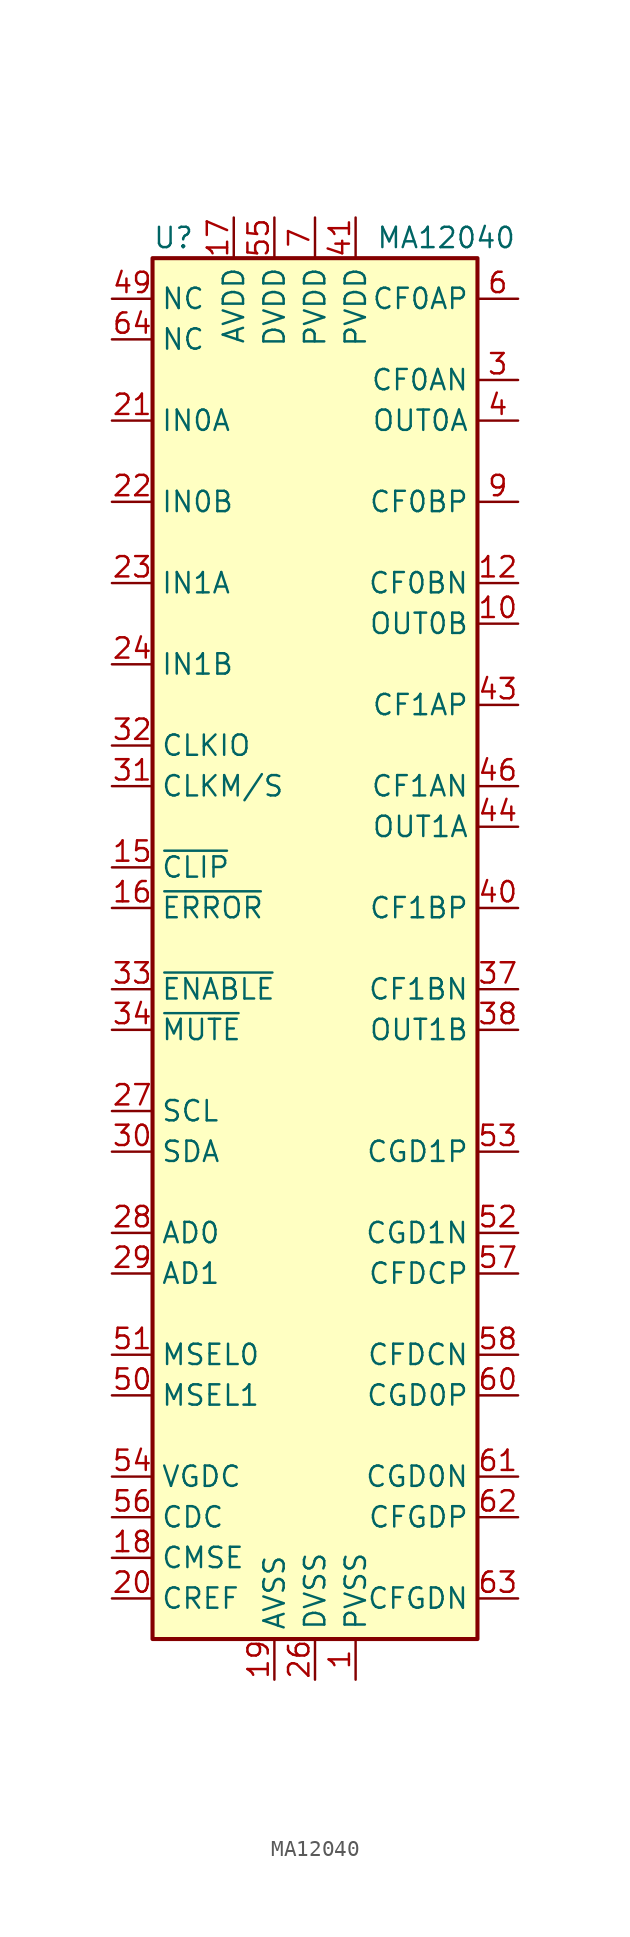
<source format=kicad_sym>
(kicad_symbol_lib
  (version 20220914)
  (generator kicad_symbol_editor)
  (symbol "MA12040"
    (property "Reference" "U"
      (at -10.16 44.45 0)
      (effects (font (size 1.27 1.27)) (justify left)))
    (property "Value" "MA12040"
      (at 3.81 44.45 0)
      (effects (font (size 1.27 1.27)) (justify left)))
    (symbol "MA12040_0_1"
      (rectangle (start -10.16 -43.18) (end 10.16 43.18) (stroke (width 0.254) (type default)) (fill (type background))))
    (symbol "MA12040_1_1"
      (pin power_in line (at 2.54 -45.72 90) (length 2.54) (name "PVSS" (effects (font (size 1.27 1.27)))) (number "1" (effects (font (size 1.27 1.27)))))
      (pin output line (at 12.7 20.32 180) (length 2.54) (name "OUT0B" (effects (font (size 1.27 1.27)))) (number "10" (effects (font (size 1.27 1.27)))))
      (pin passive line (at 12.7 20.32 180) (length 2.54) hide (name "OUT0B" (effects (font (size 1.27 1.27)))) (number "11" (effects (font (size 1.27 1.27)))))
      (pin passive line (at 12.7 22.86 180) (length 2.54) (name "CF0BN" (effects (font (size 1.27 1.27)))) (number "12" (effects (font (size 1.27 1.27)))))
      (pin passive line (at 2.54 -45.72 90) (length 2.54) hide (name "PVSS" (effects (font (size 1.27 1.27)))) (number "13" (effects (font (size 1.27 1.27)))))
      (pin passive line (at 2.54 -45.72 90) (length 2.54) hide (name "PVSS" (effects (font (size 1.27 1.27)))) (number "14" (effects (font (size 1.27 1.27)))))
      (pin output line (at -12.7 5.08 0) (length 2.54) (name "~{CLIP}" (effects (font (size 1.27 1.27)))) (number "15" (effects (font (size 1.27 1.27)))))
      (pin output line (at -12.7 2.54 0) (length 2.54) (name "~{ERROR}" (effects (font (size 1.27 1.27)))) (number "16" (effects (font (size 1.27 1.27)))))
      (pin power_in line (at -5.08 45.72 270) (length 2.54) (name "AVDD" (effects (font (size 1.27 1.27)))) (number "17" (effects (font (size 1.27 1.27)))))
      (pin passive line (at -12.7 -38.1 0) (length 2.54) (name "CMSE" (effects (font (size 1.27 1.27)))) (number "18" (effects (font (size 1.27 1.27)))))
      (pin power_in line (at -2.54 -45.72 90) (length 2.54) (name "AVSS" (effects (font (size 1.27 1.27)))) (number "19" (effects (font (size 1.27 1.27)))))
      (pin passive line (at 2.54 -45.72 90) (length 2.54) hide (name "PVSS" (effects (font (size 1.27 1.27)))) (number "2" (effects (font (size 1.27 1.27)))))
      (pin passive line (at -12.7 -40.64 0) (length 2.54) (name "CREF" (effects (font (size 1.27 1.27)))) (number "20" (effects (font (size 1.27 1.27)))))
      (pin input line (at -12.7 33.02 0) (length 2.54) (name "IN0A" (effects (font (size 1.27 1.27)))) (number "21" (effects (font (size 1.27 1.27)))))
      (pin input line (at -12.7 27.94 0) (length 2.54) (name "IN0B" (effects (font (size 1.27 1.27)))) (number "22" (effects (font (size 1.27 1.27)))))
      (pin input line (at -12.7 22.86 0) (length 2.54) (name "IN1A" (effects (font (size 1.27 1.27)))) (number "23" (effects (font (size 1.27 1.27)))))
      (pin input line (at -12.7 17.78 0) (length 2.54) (name "IN1B" (effects (font (size 1.27 1.27)))) (number "24" (effects (font (size 1.27 1.27)))))
      (pin passive line (at -2.54 -45.72 90) (length 2.54) hide (name "AVSS" (effects (font (size 1.27 1.27)))) (number "25" (effects (font (size 1.27 1.27)))))
      (pin power_in line (at 0 -45.72 90) (length 2.54) (name "DVSS" (effects (font (size 1.27 1.27)))) (number "26" (effects (font (size 1.27 1.27)))))
      (pin input line (at -12.7 -10.16 0) (length 2.54) (name "SCL" (effects (font (size 1.27 1.27)))) (number "27" (effects (font (size 1.27 1.27)))))
      (pin input line (at -12.7 -17.78 0) (length 2.54) (name "AD0" (effects (font (size 1.27 1.27)))) (number "28" (effects (font (size 1.27 1.27)))))
      (pin input line (at -12.7 -20.32 0) (length 2.54) (name "AD1" (effects (font (size 1.27 1.27)))) (number "29" (effects (font (size 1.27 1.27)))))
      (pin passive line (at 12.7 35.56 180) (length 2.54) (name "CF0AN" (effects (font (size 1.27 1.27)))) (number "3" (effects (font (size 1.27 1.27)))))
      (pin bidirectional line (at -12.7 -12.7 0) (length 2.54) (name "SDA" (effects (font (size 1.27 1.27)))) (number "30" (effects (font (size 1.27 1.27)))))
      (pin input line (at -12.7 10.16 0) (length 2.54) (name "CLKM/S" (effects (font (size 1.27 1.27)))) (number "31" (effects (font (size 1.27 1.27)))))
      (pin bidirectional line (at -12.7 12.7 0) (length 2.54) (name "CLKIO" (effects (font (size 1.27 1.27)))) (number "32" (effects (font (size 1.27 1.27)))))
      (pin input line (at -12.7 -2.54 0) (length 2.54) (name "~{ENABLE}" (effects (font (size 1.27 1.27)))) (number "33" (effects (font (size 1.27 1.27)))))
      (pin input line (at -12.7 -5.08 0) (length 2.54) (name "~{MUTE}" (effects (font (size 1.27 1.27)))) (number "34" (effects (font (size 1.27 1.27)))))
      (pin passive line (at 2.54 -45.72 90) (length 2.54) hide (name "PVSS" (effects (font (size 1.27 1.27)))) (number "35" (effects (font (size 1.27 1.27)))))
      (pin passive line (at 2.54 -45.72 90) (length 2.54) hide (name "PVSS" (effects (font (size 1.27 1.27)))) (number "36" (effects (font (size 1.27 1.27)))))
      (pin passive line (at 12.7 -2.54 180) (length 2.54) (name "CF1BN" (effects (font (size 1.27 1.27)))) (number "37" (effects (font (size 1.27 1.27)))))
      (pin output line (at 12.7 -5.08 180) (length 2.54) (name "OUT1B" (effects (font (size 1.27 1.27)))) (number "38" (effects (font (size 1.27 1.27)))))
      (pin passive line (at 12.7 -5.08 180) (length 2.54) hide (name "OUT1B" (effects (font (size 1.27 1.27)))) (number "39" (effects (font (size 1.27 1.27)))))
      (pin output line (at 12.7 33.02 180) (length 2.54) (name "OUT0A" (effects (font (size 1.27 1.27)))) (number "4" (effects (font (size 1.27 1.27)))))
      (pin passive line (at 12.7 2.54 180) (length 2.54) (name "CF1BP" (effects (font (size 1.27 1.27)))) (number "40" (effects (font (size 1.27 1.27)))))
      (pin power_in line (at 2.54 45.72 270) (length 2.54) (name "PVDD" (effects (font (size 1.27 1.27)))) (number "41" (effects (font (size 1.27 1.27)))))
      (pin passive line (at 2.54 45.72 270) (length 2.54) hide (name "PVDD" (effects (font (size 1.27 1.27)))) (number "42" (effects (font (size 1.27 1.27)))))
      (pin passive line (at 12.7 15.24 180) (length 2.54) (name "CF1AP" (effects (font (size 1.27 1.27)))) (number "43" (effects (font (size 1.27 1.27)))))
      (pin output line (at 12.7 7.62 180) (length 2.54) (name "OUT1A" (effects (font (size 1.27 1.27)))) (number "44" (effects (font (size 1.27 1.27)))))
      (pin passive line (at 12.7 7.62 180) (length 2.54) hide (name "OUT1A" (effects (font (size 1.27 1.27)))) (number "45" (effects (font (size 1.27 1.27)))))
      (pin passive line (at 12.7 10.16 180) (length 2.54) (name "CF1AN" (effects (font (size 1.27 1.27)))) (number "46" (effects (font (size 1.27 1.27)))))
      (pin passive line (at 2.54 -45.72 90) (length 2.54) hide (name "PVSS" (effects (font (size 1.27 1.27)))) (number "47" (effects (font (size 1.27 1.27)))))
      (pin passive line (at 2.54 -45.72 90) (length 2.54) hide (name "PVSS" (effects (font (size 1.27 1.27)))) (number "48" (effects (font (size 1.27 1.27)))))
      (pin passive line (at -12.7 40.64 0) (length 2.54) (name "NC" (effects (font (size 1.27 1.27)))) (number "49" (effects (font (size 1.27 1.27)))))
      (pin passive line (at 12.7 33.02 180) (length 2.54) hide (name "OUT0A" (effects (font (size 1.27 1.27)))) (number "5" (effects (font (size 1.27 1.27)))))
      (pin input line (at -12.7 -27.94 0) (length 2.54) (name "MSEL1" (effects (font (size 1.27 1.27)))) (number "50" (effects (font (size 1.27 1.27)))))
      (pin input line (at -12.7 -25.4 0) (length 2.54) (name "MSEL0" (effects (font (size 1.27 1.27)))) (number "51" (effects (font (size 1.27 1.27)))))
      (pin passive line (at 12.7 -17.78 180) (length 2.54) (name "CGD1N" (effects (font (size 1.27 1.27)))) (number "52" (effects (font (size 1.27 1.27)))))
      (pin passive line (at 12.7 -12.7 180) (length 2.54) (name "CGD1P" (effects (font (size 1.27 1.27)))) (number "53" (effects (font (size 1.27 1.27)))))
      (pin passive line (at -12.7 -33.02 0) (length 2.54) (name "VGDC" (effects (font (size 1.27 1.27)))) (number "54" (effects (font (size 1.27 1.27)))))
      (pin power_in line (at -2.54 45.72 270) (length 2.54) (name "DVDD" (effects (font (size 1.27 1.27)))) (number "55" (effects (font (size 1.27 1.27)))))
      (pin passive line (at -12.7 -35.56 0) (length 2.54) (name "CDC" (effects (font (size 1.27 1.27)))) (number "56" (effects (font (size 1.27 1.27)))))
      (pin passive line (at 12.7 -20.32 180) (length 2.54) (name "CFDCP" (effects (font (size 1.27 1.27)))) (number "57" (effects (font (size 1.27 1.27)))))
      (pin passive line (at 12.7 -25.4 180) (length 2.54) (name "CFDCN" (effects (font (size 1.27 1.27)))) (number "58" (effects (font (size 1.27 1.27)))))
      (pin passive line (at 0 -45.72 90) (length 2.54) hide (name "DVSS" (effects (font (size 1.27 1.27)))) (number "59" (effects (font (size 1.27 1.27)))))
      (pin passive line (at 12.7 40.64 180) (length 2.54) (name "CF0AP" (effects (font (size 1.27 1.27)))) (number "6" (effects (font (size 1.27 1.27)))))
      (pin passive line (at 12.7 -27.94 180) (length 2.54) (name "CGD0P" (effects (font (size 1.27 1.27)))) (number "60" (effects (font (size 1.27 1.27)))))
      (pin passive line (at 12.7 -33.02 180) (length 2.54) (name "CGD0N" (effects (font (size 1.27 1.27)))) (number "61" (effects (font (size 1.27 1.27)))))
      (pin passive line (at 12.7 -35.56 180) (length 2.54) (name "CFGDP" (effects (font (size 1.27 1.27)))) (number "62" (effects (font (size 1.27 1.27)))))
      (pin passive line (at 12.7 -40.64 180) (length 2.54) (name "CFGDN" (effects (font (size 1.27 1.27)))) (number "63" (effects (font (size 1.27 1.27)))))
      (pin passive line (at -12.7 38.1 0) (length 2.54) (name "NC" (effects (font (size 1.27 1.27)))) (number "64" (effects (font (size 1.27 1.27)))))
      (pin power_in line (at 0 45.72 270) (length 2.54) (name "PVDD" (effects (font (size 1.27 1.27)))) (number "7" (effects (font (size 1.27 1.27)))))
      (pin passive line (at 0 45.72 270) (length 2.54) hide (name "PVDD" (effects (font (size 1.27 1.27)))) (number "8" (effects (font (size 1.27 1.27)))))
      (pin passive line (at 12.7 27.94 180) (length 2.54) (name "CF0BP" (effects (font (size 1.27 1.27)))) (number "9" (effects (font (size 1.27 1.27))))))))
</source>
